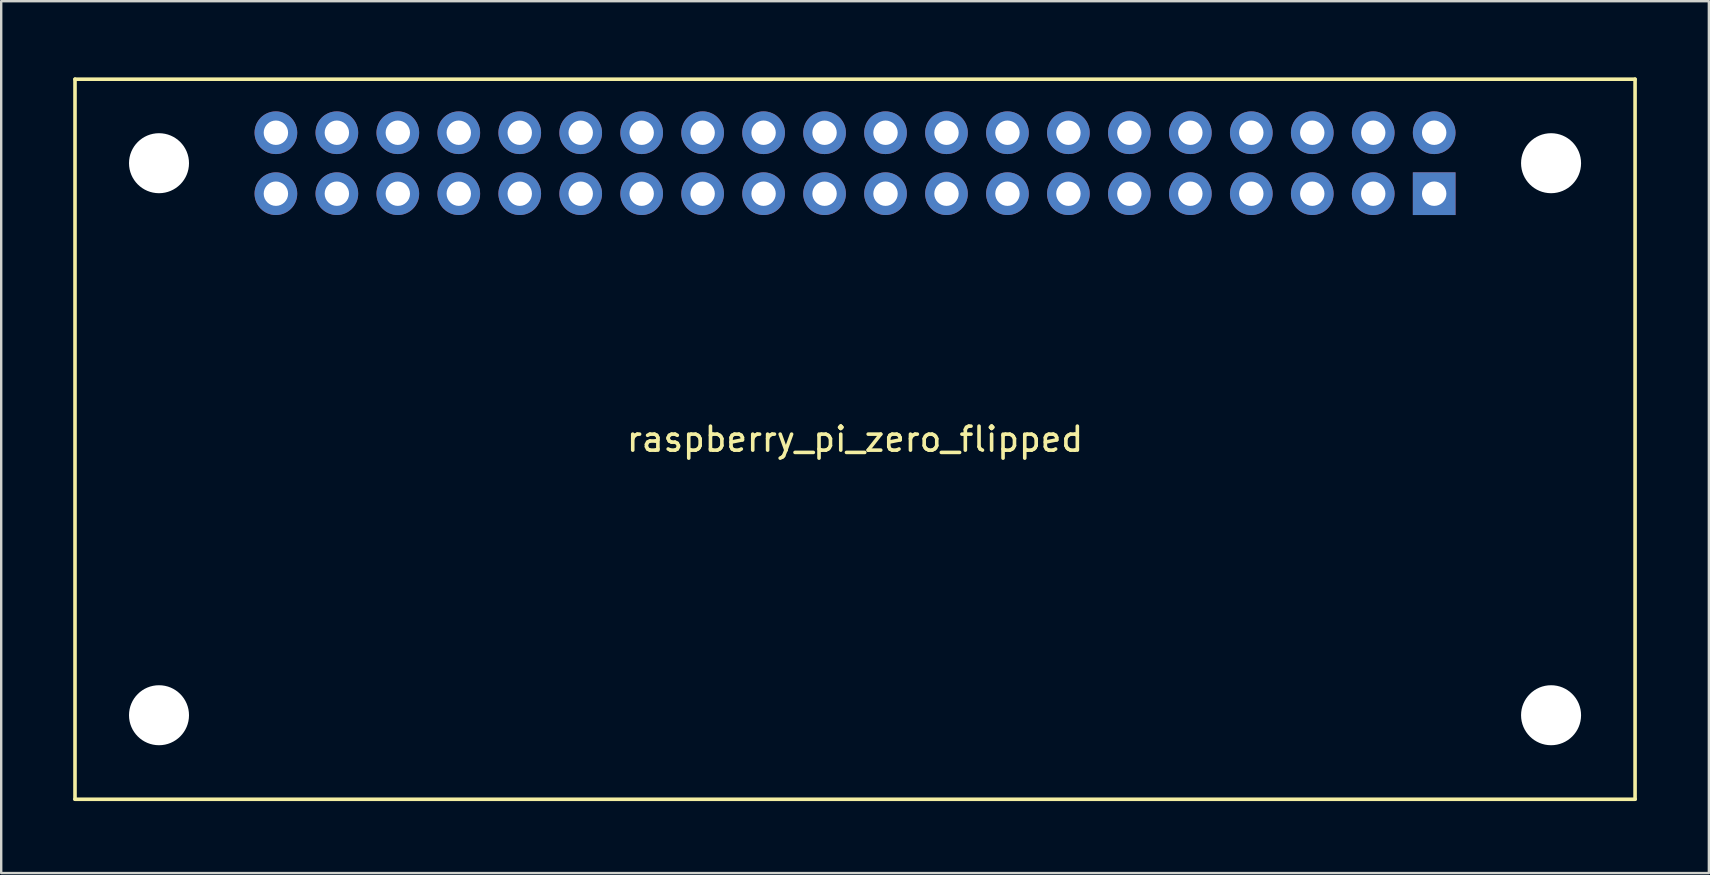
<source format=kicad_pcb>
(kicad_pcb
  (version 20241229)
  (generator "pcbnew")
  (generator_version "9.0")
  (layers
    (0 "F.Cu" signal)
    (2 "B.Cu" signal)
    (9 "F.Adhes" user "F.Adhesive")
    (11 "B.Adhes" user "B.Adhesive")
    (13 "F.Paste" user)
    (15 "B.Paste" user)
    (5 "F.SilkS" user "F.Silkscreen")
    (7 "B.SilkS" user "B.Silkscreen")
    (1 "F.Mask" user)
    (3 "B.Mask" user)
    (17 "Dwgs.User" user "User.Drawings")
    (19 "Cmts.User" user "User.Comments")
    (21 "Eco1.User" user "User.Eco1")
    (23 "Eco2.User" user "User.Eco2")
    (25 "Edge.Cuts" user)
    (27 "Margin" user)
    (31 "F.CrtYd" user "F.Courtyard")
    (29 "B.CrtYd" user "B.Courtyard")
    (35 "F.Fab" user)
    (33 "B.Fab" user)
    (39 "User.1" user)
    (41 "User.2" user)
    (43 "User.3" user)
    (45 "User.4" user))
  (footprint "raspberry_pi_zero_flipped"
    (layer "F.Cu")
    (at 32.575 0.25)
    (property "Reference" "raspberry_pi_zero_flipped" (at 0 15 0) (layer "F.SilkS") (effects (font (size 1 1) (thickness 0.15))))
    (attr through_hole)
    (fp_line (start -32.5 0) (end 32.5 0) (stroke (width 0.15) (type solid)) (layer "F.SilkS"))
    (fp_line (start -32.5 30) (end -32.5 0) (stroke (width 0.15) (type solid)) (layer "F.SilkS"))
    (fp_line (start 32.5 0) (end 32.5 30) (stroke (width 0.15) (type solid)) (layer "F.SilkS"))
    (fp_line (start 32.5 30) (end -32.5 30) (stroke (width 0.15) (type solid)) (layer "F.SilkS"))
    (pad "" np_thru_hole circle (at -29 3.5) (size 2.5 2.5) (drill 2.5) (layers "*.Cu"))
    (pad "" np_thru_hole circle (at -29 26.5) (size 2.5 2.5) (drill 2.5) (layers "*.Cu"))
    (pad "" np_thru_hole circle (at 29 3.5) (size 2.5 2.5) (drill 2.5) (layers "*.Cu"))
    (pad "" np_thru_hole circle (at 29 26.5) (size 2.5 2.5) (drill 2.5) (layers "*.Cu"))
    (pad "1" thru_hole rect (at 24.13 4.77) (size 1.778 1.778) (drill 1.016) (layers "*.Cu" "*.Mask"))
    (pad "2" thru_hole circle (at 24.13 2.23) (size 1.778 1.778) (drill 1.016) (layers "*.Cu" "*.Mask"))
    (pad "3" thru_hole circle (at 21.59 4.77) (size 1.778 1.778) (drill 1.016) (layers "*.Cu" "*.Mask"))
    (pad "4" thru_hole circle (at 21.59 2.23) (size 1.778 1.778) (drill 1.016) (layers "*.Cu" "*.Mask"))
    (pad "5" thru_hole circle (at 19.05 4.77) (size 1.778 1.778) (drill 1.016) (layers "*.Cu" "*.Mask"))
    (pad "6" thru_hole circle (at 19.05 2.23) (size 1.778 1.778) (drill 1.016) (layers "*.Cu" "*.Mask"))
    (pad "7" thru_hole circle (at 16.51 4.77) (size 1.778 1.778) (drill 1.016) (layers "*.Cu" "*.Mask"))
    (pad "8" thru_hole circle (at 16.51 2.23) (size 1.778 1.778) (drill 1.016) (layers "*.Cu" "*.Mask"))
    (pad "9" thru_hole circle (at 13.97 4.77) (size 1.778 1.778) (drill 1.016) (layers "*.Cu" "*.Mask"))
    (pad "10" thru_hole circle (at 13.97 2.23) (size 1.778 1.778) (drill 1.016) (layers "*.Cu" "*.Mask"))
    (pad "11" thru_hole circle (at 11.43 4.77) (size 1.778 1.778) (drill 1.016) (layers "*.Cu" "*.Mask"))
    (pad "12" thru_hole circle (at 11.43 2.23) (size 1.778 1.778) (drill 1.016) (layers "*.Cu" "*.Mask"))
    (pad "13" thru_hole circle (at 8.89 4.77) (size 1.778 1.778) (drill 1.016) (layers "*.Cu" "*.Mask"))
    (pad "14" thru_hole circle (at 8.89 2.23) (size 1.778 1.778) (drill 1.016) (layers "*.Cu" "*.Mask"))
    (pad "15" thru_hole circle (at 6.35 4.77) (size 1.778 1.778) (drill 1.016) (layers "*.Cu" "*.Mask"))
    (pad "16" thru_hole circle (at 6.35 2.23) (size 1.778 1.778) (drill 1.016) (layers "*.Cu" "*.Mask"))
    (pad "17" thru_hole circle (at 3.81 4.77) (size 1.778 1.778) (drill 1.016) (layers "*.Cu" "*.Mask"))
    (pad "18" thru_hole circle (at 3.81 2.23) (size 1.778 1.778) (drill 1.016) (layers "*.Cu" "*.Mask"))
    (pad "19" thru_hole circle (at 1.27 4.77) (size 1.778 1.778) (drill 1.016) (layers "*.Cu" "*.Mask"))
    (pad "20" thru_hole circle (at 1.27 2.23) (size 1.778 1.778) (drill 1.016) (layers "*.Cu" "*.Mask"))
    (pad "21" thru_hole circle (at -1.27 4.77) (size 1.778 1.778) (drill 1.016) (layers "*.Cu" "*.Mask"))
    (pad "22" thru_hole circle (at -1.27 2.23) (size 1.778 1.778) (drill 1.016) (layers "*.Cu" "*.Mask"))
    (pad "23" thru_hole circle (at -3.81 4.77) (size 1.778 1.778) (drill 1.016) (layers "*.Cu" "*.Mask"))
    (pad "24" thru_hole circle (at -3.81 2.23) (size 1.778 1.778) (drill 1.016) (layers "*.Cu" "*.Mask"))
    (pad "25" thru_hole circle (at -6.35 4.77) (size 1.778 1.778) (drill 1.016) (layers "*.Cu" "*.Mask"))
    (pad "26" thru_hole circle (at -6.35 2.23) (size 1.778 1.778) (drill 1.016) (layers "*.Cu" "*.Mask"))
    (pad "27" thru_hole circle (at -8.89 4.77) (size 1.778 1.778) (drill 1.016) (layers "*.Cu" "*.Mask"))
    (pad "28" thru_hole circle (at -8.89 2.23) (size 1.778 1.778) (drill 1.016) (layers "*.Cu" "*.Mask"))
    (pad "29" thru_hole circle (at -11.43 4.77) (size 1.778 1.778) (drill 1.016) (layers "*.Cu" "*.Mask"))
    (pad "30" thru_hole circle (at -11.43 2.23) (size 1.778 1.778) (drill 1.016) (layers "*.Cu" "*.Mask"))
    (pad "31" thru_hole circle (at -13.97 4.77) (size 1.778 1.778) (drill 1.016) (layers "*.Cu" "*.Mask"))
    (pad "32" thru_hole circle (at -13.97 2.23) (size 1.778 1.778) (drill 1.016) (layers "*.Cu" "*.Mask"))
    (pad "33" thru_hole circle (at -16.51 4.77) (size 1.778 1.778) (drill 1.016) (layers "*.Cu" "*.Mask"))
    (pad "34" thru_hole circle (at -16.51 2.23) (size 1.778 1.778) (drill 1.016) (layers "*.Cu" "*.Mask"))
    (pad "35" thru_hole circle (at -19.05 4.77) (size 1.778 1.778) (drill 1.016) (layers "*.Cu" "*.Mask"))
    (pad "36" thru_hole circle (at -19.05 2.23) (size 1.778 1.778) (drill 1.016) (layers "*.Cu" "*.Mask"))
    (pad "37" thru_hole circle (at -21.59 4.77) (size 1.778 1.778) (drill 1.016) (layers "*.Cu" "*.Mask"))
    (pad "38" thru_hole circle (at -21.59 2.23) (size 1.778 1.778) (drill 1.016) (layers "*.Cu" "*.Mask"))
    (pad "39" thru_hole circle (at -24.13 4.77) (size 1.778 1.778) (drill 1.016) (layers "*.Cu" "*.Mask"))
    (pad "40" thru_hole circle (at -24.13 2.23) (size 1.778 1.778) (drill 1.016) (layers "*.Cu" "*.Mask")))
  (gr_rect
    (start -3 -3)
    (end 68.15 33.325)
    (stroke (width 0.1) (type default))
    (fill no)
    (layer "Edge.Cuts")))
</source>
